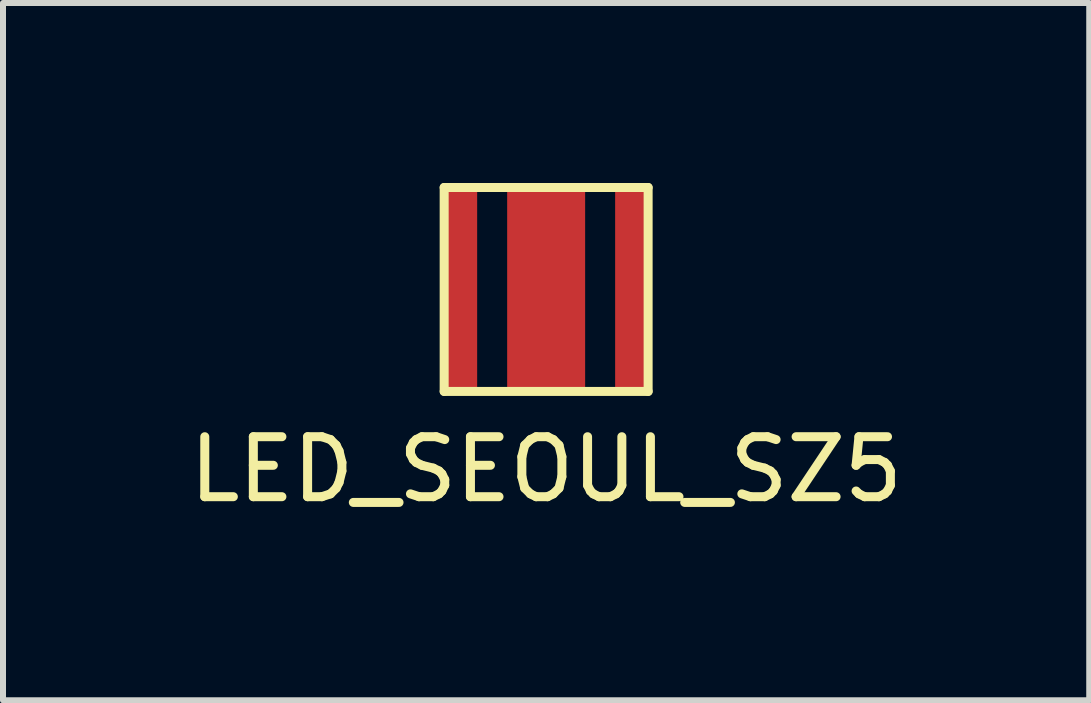
<source format=kicad_pcb>
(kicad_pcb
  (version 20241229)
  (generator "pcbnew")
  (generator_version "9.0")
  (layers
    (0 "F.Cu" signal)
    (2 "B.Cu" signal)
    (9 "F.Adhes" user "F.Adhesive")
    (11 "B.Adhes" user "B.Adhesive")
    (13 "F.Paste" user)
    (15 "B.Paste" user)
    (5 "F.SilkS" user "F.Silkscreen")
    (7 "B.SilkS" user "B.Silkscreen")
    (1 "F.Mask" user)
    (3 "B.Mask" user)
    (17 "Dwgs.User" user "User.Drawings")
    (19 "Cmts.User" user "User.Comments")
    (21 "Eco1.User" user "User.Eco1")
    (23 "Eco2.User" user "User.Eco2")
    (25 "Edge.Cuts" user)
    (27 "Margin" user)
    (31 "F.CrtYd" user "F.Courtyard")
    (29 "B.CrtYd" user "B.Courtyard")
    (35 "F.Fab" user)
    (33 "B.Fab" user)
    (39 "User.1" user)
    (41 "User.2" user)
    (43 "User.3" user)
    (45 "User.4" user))
  (footprint "LED_SEOUL_SZ5"
    (layer "F.Cu")
    (at 6.054 1.775)
    (property "Reference" "LED_SEOUL_SZ5" (at 0 3 0) (layer "F.SilkS") (effects (font (size 1 1) (thickness 0.15))))
    (attr through_hole)
    (fp_line (start -1.7 -1.7) (end 1.7 -1.7) (stroke (width 0.15) (type solid)) (layer "F.SilkS"))
    (fp_line (start -1.7 1.7) (end -1.7 -1.7) (stroke (width 0.15) (type solid)) (layer "F.SilkS"))
    (fp_line (start 1.7 -1.7) (end 1.7 1.7) (stroke (width 0.15) (type solid)) (layer "F.SilkS"))
    (fp_line (start 1.7 1.7) (end -1.7 1.7) (stroke (width 0.15) (type solid)) (layer "F.SilkS"))
    (pad "1" smd rect (at -1.4 0) (size 0.5 3.3) (layers "F.Cu" "F.Mask" "F.Paste"))
    (pad "2" smd rect (at 1.4 0) (size 0.5 3.3) (layers "F.Cu" "F.Mask" "F.Paste"))
    (pad "3" smd rect (at 0 0) (size 1.3 3.3) (layers "F.Cu" "F.Mask" "F.Paste")))
  (gr_rect
    (start -3 -3)
    (end 15.107 8.623)
    (stroke (width 0.1) (type default))
    (fill no)
    (layer "Edge.Cuts")))
</source>
